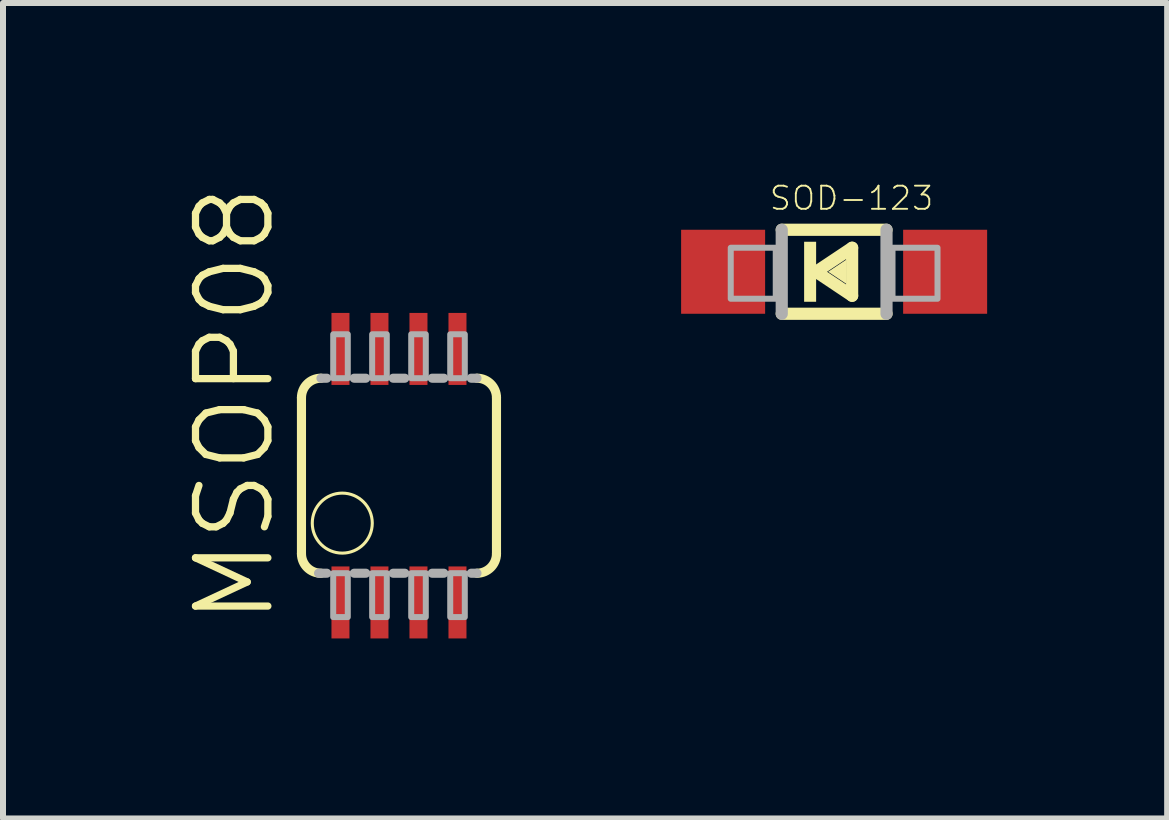
<source format=kicad_pcb>
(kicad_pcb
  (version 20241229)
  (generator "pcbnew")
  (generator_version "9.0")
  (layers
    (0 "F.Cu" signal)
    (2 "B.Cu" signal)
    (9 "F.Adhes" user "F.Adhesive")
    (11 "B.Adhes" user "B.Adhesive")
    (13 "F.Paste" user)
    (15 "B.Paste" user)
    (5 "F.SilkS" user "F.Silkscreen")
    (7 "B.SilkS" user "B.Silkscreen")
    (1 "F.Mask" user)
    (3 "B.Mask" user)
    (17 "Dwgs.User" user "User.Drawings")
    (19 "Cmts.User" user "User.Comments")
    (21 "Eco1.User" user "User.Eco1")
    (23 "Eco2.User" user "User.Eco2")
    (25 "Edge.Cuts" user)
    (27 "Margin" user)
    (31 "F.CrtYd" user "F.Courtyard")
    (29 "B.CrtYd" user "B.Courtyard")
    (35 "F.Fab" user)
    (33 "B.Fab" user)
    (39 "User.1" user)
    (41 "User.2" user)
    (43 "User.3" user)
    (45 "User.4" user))
  (footprint "MSOP08"
    (layer "F.Cu")
    (at 3.6 4.877)
    (property "Reference" "MSOP08" (at -2.032 2.54 90) (layer "F.SilkS") (effects (font (size 1.206 1.206) (thickness 0.121)) (justify left bottom)))
    (attr through_hole)
    (fp_line (start -1.626 1.301) (end -1.626 -1.299) (stroke (width 0.152) (type solid)) (layer "F.SilkS"))
    (fp_line (start 1.624 -1.299) (end 1.624 1.301) (stroke (width 0.152) (type solid)) (layer "F.SilkS"))
    (fp_arc (start -1.626 -1.299) (mid -1.53081 -1.52881) (end -1.301 -1.624) (stroke (width 0.1524) (type solid)) (layer "F.SilkS"))
    (fp_arc (start -1.301 1.626) (mid -1.53081 1.53081) (end -1.626 1.301) (stroke (width 0.1524) (type solid)) (layer "F.SilkS"))
    (fp_arc (start 1.299 -1.624) (mid 1.52881 -1.52881) (end 1.624 -1.299) (stroke (width 0.1524) (type solid)) (layer "F.SilkS"))
    (fp_arc (start 1.624 1.301) (mid 1.52881 1.53081) (end 1.299 1.626) (stroke (width 0.1524) (type solid)) (layer "F.SilkS"))
    (fp_circle (center -0.946 0.791) (end -0.446 0.791) (stroke (width 0.051) (type solid)) (fill no) (layer "F.SilkS"))
    (fp_line (start -1.341 1.626) (end -1.204 1.626) (stroke (width 0.152) (type solid)) (layer "F.Fab"))
    (fp_line (start -1.301 -1.624) (end -1.204 -1.624) (stroke (width 0.152) (type solid)) (layer "F.Fab"))
    (fp_line (start -0.747 -1.624) (end -0.554 -1.624) (stroke (width 0.152) (type solid)) (layer "F.Fab"))
    (fp_line (start -0.747 1.626) (end -0.554 1.626) (stroke (width 0.152) (type solid)) (layer "F.Fab"))
    (fp_line (start -0.097 -1.624) (end 0.096 -1.624) (stroke (width 0.152) (type solid)) (layer "F.Fab"))
    (fp_line (start -0.097 1.626) (end 0.096 1.626) (stroke (width 0.152) (type solid)) (layer "F.Fab"))
    (fp_line (start 0.553 -1.624) (end 0.746 -1.624) (stroke (width 0.152) (type solid)) (layer "F.Fab"))
    (fp_line (start 0.553 1.626) (end 0.746 1.626) (stroke (width 0.152) (type solid)) (layer "F.Fab"))
    (fp_line (start 1.203 -1.624) (end 1.299 -1.624) (stroke (width 0.152) (type solid)) (layer "F.Fab"))
    (fp_line (start 1.203 1.626) (end 1.299 1.626) (stroke (width 0.152) (type solid)) (layer "F.Fab"))
    (fp_poly (pts (xy -1.097 -1.624) (xy -0.854 -1.624) (xy -0.854 -2.356) (xy -1.097 -2.356)) (stroke (width 0.1) (type solid)) (fill no) (layer "F.Fab"))
    (fp_poly (pts (xy -1.097 2.357) (xy -0.854 2.357) (xy -0.854 1.626) (xy -1.097 1.626)) (stroke (width 0.1) (type solid)) (fill no) (layer "F.Fab"))
    (fp_poly (pts (xy -0.448 -1.624) (xy -0.204 -1.624) (xy -0.204 -2.356) (xy -0.448 -2.356)) (stroke (width 0.1) (type solid)) (fill no) (layer "F.Fab"))
    (fp_poly (pts (xy -0.448 2.357) (xy -0.204 2.357) (xy -0.204 1.626) (xy -0.448 1.626)) (stroke (width 0.1) (type solid)) (fill no) (layer "F.Fab"))
    (fp_poly (pts (xy 0.203 -1.624) (xy 0.446 -1.624) (xy 0.446 -2.356) (xy 0.203 -2.356)) (stroke (width 0.1) (type solid)) (fill no) (layer "F.Fab"))
    (fp_poly (pts (xy 0.203 2.357) (xy 0.446 2.357) (xy 0.446 1.626) (xy 0.203 1.626)) (stroke (width 0.1) (type solid)) (fill no) (layer "F.Fab"))
    (fp_poly (pts (xy 0.853 -1.624) (xy 1.096 -1.624) (xy 1.096 -2.356) (xy 0.853 -2.356)) (stroke (width 0.1) (type solid)) (fill no) (layer "F.Fab"))
    (fp_poly (pts (xy 0.853 2.357) (xy 1.096 2.357) (xy 1.096 1.626) (xy 0.853 1.626)) (stroke (width 0.1) (type solid)) (fill no) (layer "F.Fab"))
    (pad "1" smd rect (at -0.976 2.113) (size 0.3 1.2) (layers "F.Cu" "F.Mask" "F.Paste"))
    (pad "2" smd rect (at -0.326 2.113) (size 0.3 1.2) (layers "F.Cu" "F.Mask" "F.Paste"))
    (pad "3" smd rect (at 0.324 2.113) (size 0.3 1.2) (layers "F.Cu" "F.Mask" "F.Paste"))
    (pad "4" smd rect (at 0.974 2.113) (size 0.3 1.2) (layers "F.Cu" "F.Mask" "F.Paste"))
    (pad "5" smd rect (at 0.974 -2.112) (size 0.3 1.2) (layers "F.Cu" "F.Mask" "F.Paste"))
    (pad "6" smd rect (at 0.324 -2.112) (size 0.3 1.2) (layers "F.Cu" "F.Mask" "F.Paste"))
    (pad "7" smd rect (at -0.326 -2.112) (size 0.3 1.2) (layers "F.Cu" "F.Mask" "F.Paste"))
    (pad "8" smd rect (at -0.976 -2.112) (size 0.3 1.2) (layers "F.Cu" "F.Mask" "F.Paste")))
  (footprint "SOD-123"
    (layer "F.Cu")
    (at 10.851 1.479)
    (property "Reference" "SOD-123" (at -1.1 -1 180) (layer "F.SilkS") (effects (font (size 0.386 0.386) (thickness 0.031)) (justify left bottom)))
    (attr through_hole)
    (fp_line (start -0.873 -0.7) (end 0.873 -0.7) (stroke (width 0.203) (type solid)) (layer "F.SilkS"))
    (fp_line (start -0.3 0) (end 0.3 -0.4) (stroke (width 0.203) (type solid)) (layer "F.SilkS"))
    (fp_line (start 0.3 -0.4) (end 0.3 0.4) (stroke (width 0.203) (type solid)) (layer "F.SilkS"))
    (fp_line (start 0.3 0.4) (end -0.3 0) (stroke (width 0.203) (type solid)) (layer "F.SilkS"))
    (fp_line (start 0.873 0.7) (end -0.873 0.7) (stroke (width 0.203) (type solid)) (layer "F.SilkS"))
    (fp_poly (pts (xy -0.1 0) (xy 0.2 -0.2) (xy 0.2 0.2)) (stroke (width 0) (type solid)) (fill yes) (layer "F.SilkS"))
    (fp_poly (pts (xy -0.5 0.5) (xy -0.3 0.5) (xy -0.3 -0.5) (xy -0.5 -0.5)) (stroke (width 0) (type solid)) (fill yes) (layer "F.SilkS"))
    (fp_line (start -0.873 0.7) (end -0.873 -0.7) (stroke (width 0.203) (type solid)) (layer "F.Fab"))
    (fp_line (start 0.873 -0.7) (end 0.873 0.7) (stroke (width 0.203) (type solid)) (layer "F.Fab"))
    (fp_poly (pts (xy -1.723 0.45) (xy -0.973 0.45) (xy -0.973 -0.4) (xy -1.723 -0.4)) (stroke (width 0.1) (type solid)) (fill no) (layer "F.Fab"))
    (fp_poly (pts (xy 0.973 0.45) (xy 1.723 0.45) (xy 1.723 -0.4) (xy 0.973 -0.4)) (stroke (width 0.1) (type solid)) (fill no) (layer "F.Fab"))
    (pad "A" smd rect (at 1.85 0 90) (size 1.4 1.4) (layers "F.Cu" "F.Mask" "F.Paste"))
    (pad "C" smd rect (at -1.85 0 90) (size 1.4 1.4) (layers "F.Cu" "F.Mask" "F.Paste")))
  (gr_rect
    (start -3 -3)
    (end 16.401 10.59)
    (stroke (width 0.1) (type default))
    (fill no)
    (layer "Edge.Cuts")))
</source>
